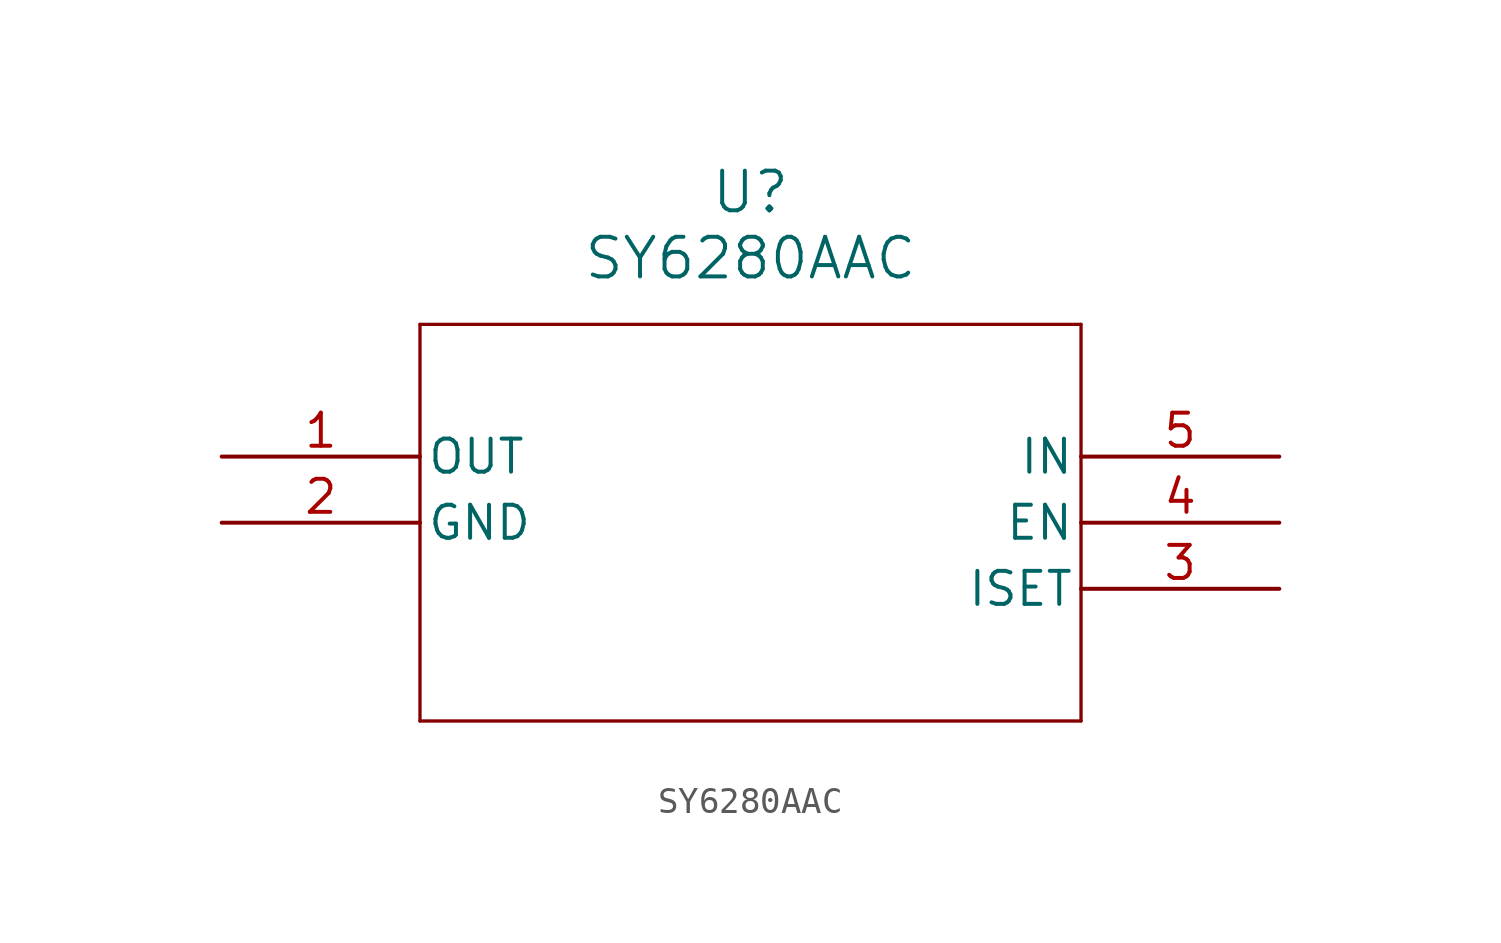
<source format=kicad_sym>
(kicad_symbol_lib
  (version 20211014)
  (generator kicad_symbol_editor)
  (symbol "SY6280AAC"
    (pin_names
      (offset 0.254))
    (property "Reference" "U"
      (at 20.32 10.16 0)
      (effects (font (size 1.524 1.524))))
    (property "Value" "SY6280AAC"
      (at 20.32 7.62 0)
      (effects (font (size 1.524 1.524))))
    (symbol "SY6280AAC_0_1"
      (polyline (pts (xy 7.62 5.08) (xy 7.62 -10.16)) (stroke (width 0.127) (type default) (color 0 0 0 0)) (fill (type none)))
      (polyline (pts (xy 7.62 -10.16) (xy 33.02 -10.16)) (stroke (width 0.127) (type default) (color 0 0 0 0)) (fill (type none)))
      (polyline (pts (xy 33.02 -10.16) (xy 33.02 5.08)) (stroke (width 0.127) (type default) (color 0 0 0 0)) (fill (type none)))
      (polyline (pts (xy 33.02 5.08) (xy 7.62 5.08)) (stroke (width 0.127) (type default) (color 0 0 0 0)) (fill (type none)))
      (pin output line (at 0 0 0) (length 7.62) (name "OUT" (effects (font (size 1.27 1.27)))) (number "1" (effects (font (size 1.27 1.27)))))
      (pin power_out line (at 0 -2.54 0) (length 7.62) (name "GND" (effects (font (size 1.27 1.27)))) (number "2" (effects (font (size 1.27 1.27)))))
      (pin unspecified line (at 40.64 -5.08 180) (length 7.62) (name "ISET" (effects (font (size 1.27 1.27)))) (number "3" (effects (font (size 1.27 1.27)))))
      (pin unspecified line (at 40.64 -2.54 180) (length 7.62) (name "EN" (effects (font (size 1.27 1.27)))) (number "4" (effects (font (size 1.27 1.27)))))
      (pin input line (at 40.64 0 180) (length 7.62) (name "IN" (effects (font (size 1.27 1.27)))) (number "5" (effects (font (size 1.27 1.27))))))))
</source>
